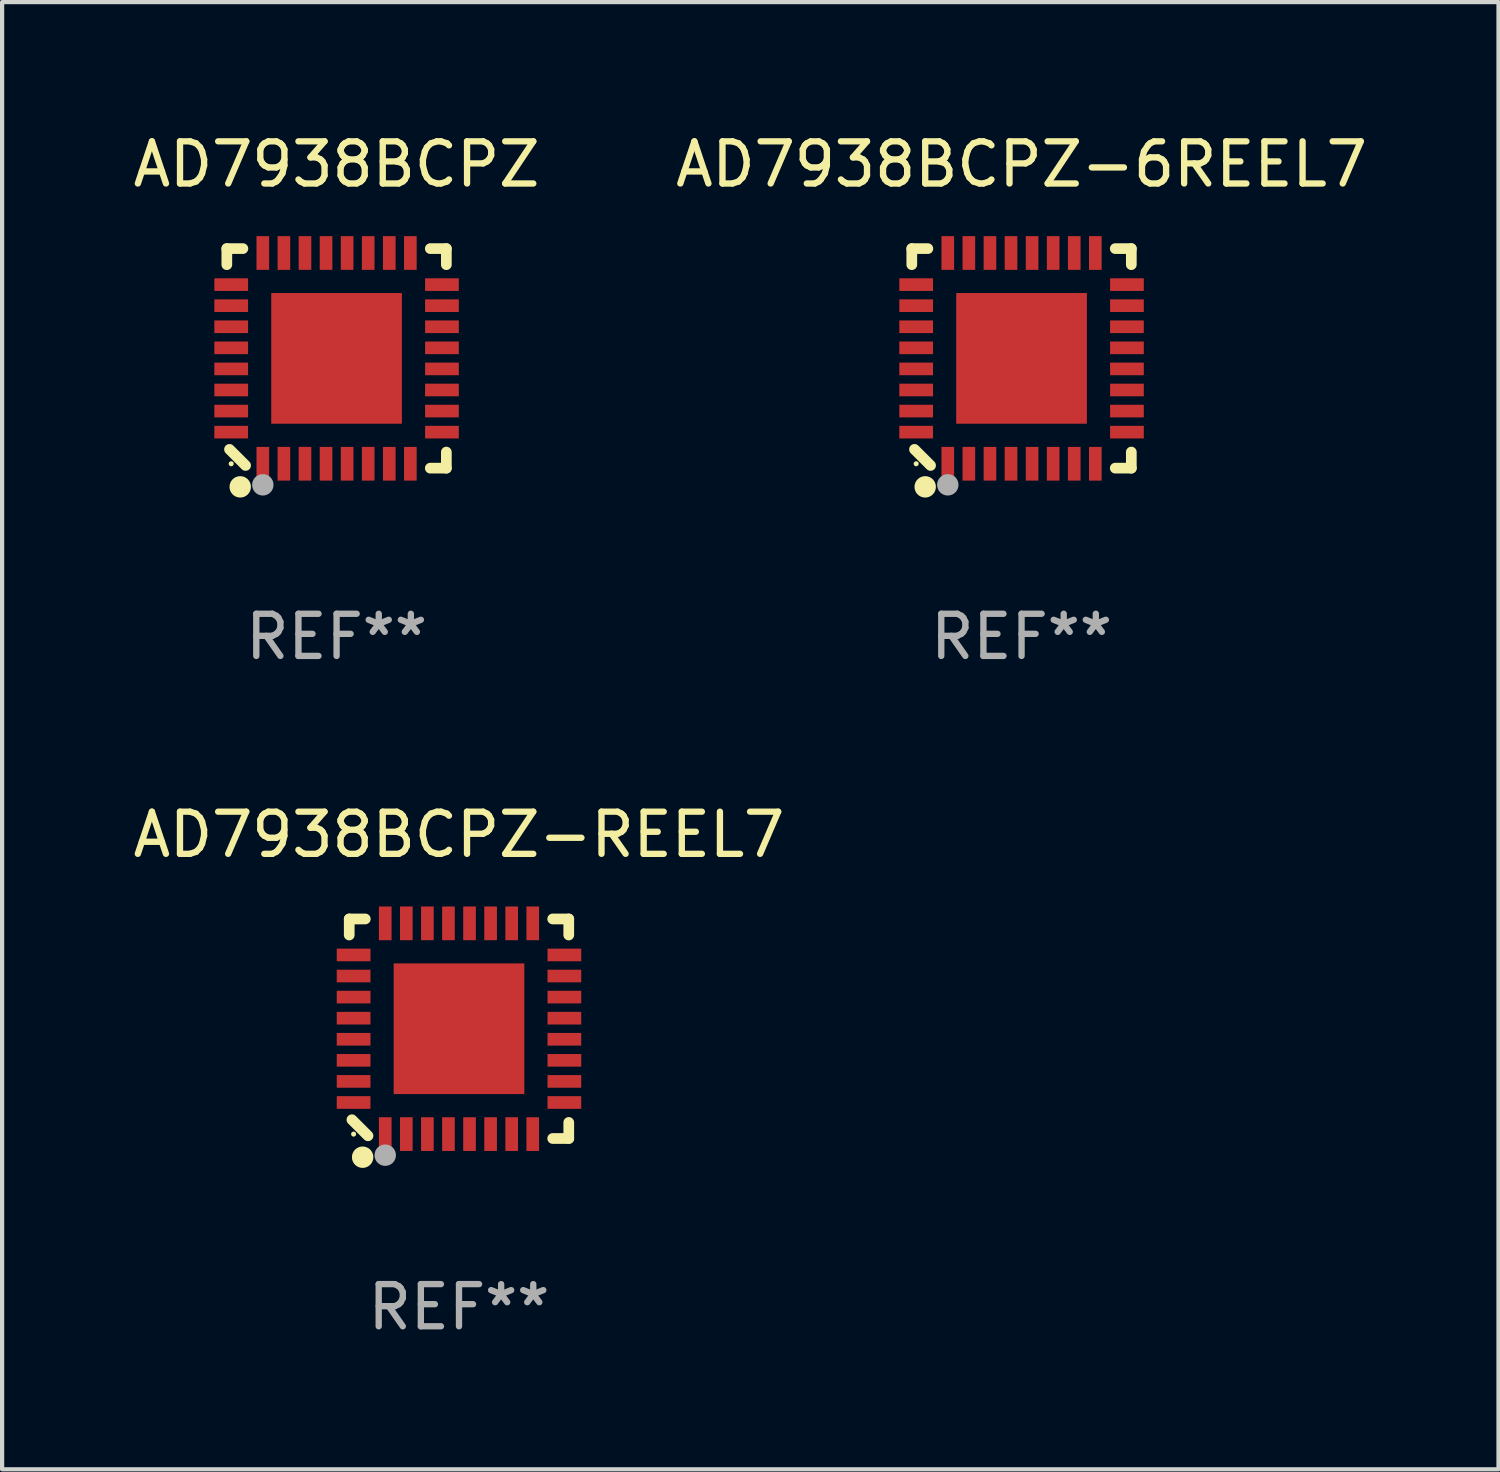
<source format=kicad_pcb>
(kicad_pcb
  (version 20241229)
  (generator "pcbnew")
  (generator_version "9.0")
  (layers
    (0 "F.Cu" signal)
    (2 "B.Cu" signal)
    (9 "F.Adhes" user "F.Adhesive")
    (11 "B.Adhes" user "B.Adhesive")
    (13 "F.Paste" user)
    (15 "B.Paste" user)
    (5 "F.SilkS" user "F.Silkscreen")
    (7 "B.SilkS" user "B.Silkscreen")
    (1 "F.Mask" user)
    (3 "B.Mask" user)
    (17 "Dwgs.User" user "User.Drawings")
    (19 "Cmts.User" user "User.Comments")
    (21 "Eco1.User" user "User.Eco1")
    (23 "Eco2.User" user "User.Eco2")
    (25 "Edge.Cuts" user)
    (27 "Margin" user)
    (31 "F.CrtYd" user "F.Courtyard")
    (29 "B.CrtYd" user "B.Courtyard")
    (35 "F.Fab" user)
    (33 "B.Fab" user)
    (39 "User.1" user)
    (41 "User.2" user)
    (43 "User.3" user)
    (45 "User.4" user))
  (footprint "AD7938BCPZ-REEL7"
    (layer "F.Cu")
    (at 7.839 21.355)
    (property "Reference" "AD7938BCPZ-REEL7" (at 0 -4.604 0) (layer "F.SilkS") (effects (font (size 1 1) (thickness 0.15))))
    (attr through_hole)
    (fp_line (start -2.604 -2.604) (end -2.604 -2.223) (stroke (width 0.254) (type solid)) (layer "F.SilkS"))
    (fp_line (start -2.54 2.159) (end -2.159 2.54) (stroke (width 0.254) (type solid)) (layer "F.SilkS"))
    (fp_line (start -2.223 -2.604) (end -2.604 -2.604) (stroke (width 0.254) (type solid)) (layer "F.SilkS"))
    (fp_line (start 2.223 2.604) (end 2.604 2.604) (stroke (width 0.254) (type solid)) (layer "F.SilkS"))
    (fp_line (start 2.604 -2.604) (end 2.223 -2.604) (stroke (width 0.254) (type solid)) (layer "F.SilkS"))
    (fp_line (start 2.604 -2.223) (end 2.604 -2.604) (stroke (width 0.254) (type solid)) (layer "F.SilkS"))
    (fp_line (start 2.604 2.604) (end 2.604 2.223) (stroke (width 0.254) (type solid)) (layer "F.SilkS"))
    (fp_circle (center -2.5 2.5) (end -2.47 2.5) (stroke (width 0.06) (type solid)) (fill no) (layer "F.SilkS"))
    (fp_circle (center -2.286 3.048) (end -2.159 3.048) (stroke (width 0.254) (type solid)) (fill no) (layer "F.SilkS"))
    (fp_circle (center -1.75 3) (end -1.623 3) (stroke (width 0.254) (type solid)) (fill no) (layer "F.Fab"))
    (fp_text user "REF**" (at 0 6.604 0) (layer "F.Fab") (effects (font (size 1 1) (thickness 0.15))))
    (pad "1" smd rect (at -1.75 2.5) (size 0.3 0.8) (layers "F.Cu" "F.Mask" "F.Paste"))
    (pad "2" smd rect (at -1.25 2.5) (size 0.3 0.8) (layers "F.Cu" "F.Mask" "F.Paste"))
    (pad "3" smd rect (at -0.75 2.5) (size 0.3 0.8) (layers "F.Cu" "F.Mask" "F.Paste"))
    (pad "4" smd rect (at -0.25 2.5) (size 0.3 0.8) (layers "F.Cu" "F.Mask" "F.Paste"))
    (pad "5" smd rect (at 0.25 2.5) (size 0.3 0.8) (layers "F.Cu" "F.Mask" "F.Paste"))
    (pad "6" smd rect (at 0.75 2.5) (size 0.3 0.8) (layers "F.Cu" "F.Mask" "F.Paste"))
    (pad "7" smd rect (at 1.25 2.5) (size 0.3 0.8) (layers "F.Cu" "F.Mask" "F.Paste"))
    (pad "8" smd rect (at 1.75 2.5) (size 0.3 0.8) (layers "F.Cu" "F.Mask" "F.Paste"))
    (pad "9" smd rect (at 2.5 1.75) (size 0.8 0.3) (layers "F.Cu" "F.Mask" "F.Paste"))
    (pad "10" smd rect (at 2.5 1.25) (size 0.8 0.3) (layers "F.Cu" "F.Mask" "F.Paste"))
    (pad "11" smd rect (at 2.5 0.75) (size 0.8 0.3) (layers "F.Cu" "F.Mask" "F.Paste"))
    (pad "12" smd rect (at 2.5 0.25) (size 0.8 0.3) (layers "F.Cu" "F.Mask" "F.Paste"))
    (pad "13" smd rect (at 2.5 -0.25) (size 0.8 0.3) (layers "F.Cu" "F.Mask" "F.Paste"))
    (pad "14" smd rect (at 2.5 -0.75) (size 0.8 0.3) (layers "F.Cu" "F.Mask" "F.Paste"))
    (pad "15" smd rect (at 2.5 -1.25) (size 0.8 0.3) (layers "F.Cu" "F.Mask" "F.Paste"))
    (pad "16" smd rect (at 2.5 -1.75) (size 0.8 0.3) (layers "F.Cu" "F.Mask" "F.Paste"))
    (pad "17" smd rect (at 1.75 -2.5) (size 0.3 0.8) (layers "F.Cu" "F.Mask" "F.Paste"))
    (pad "18" smd rect (at 1.25 -2.5) (size 0.3 0.8) (layers "F.Cu" "F.Mask" "F.Paste"))
    (pad "19" smd rect (at 0.75 -2.5) (size 0.3 0.8) (layers "F.Cu" "F.Mask" "F.Paste"))
    (pad "20" smd rect (at 0.25 -2.5) (size 0.3 0.8) (layers "F.Cu" "F.Mask" "F.Paste"))
    (pad "21" smd rect (at -0.25 -2.5) (size 0.3 0.8) (layers "F.Cu" "F.Mask" "F.Paste"))
    (pad "22" smd rect (at -0.75 -2.5) (size 0.3 0.8) (layers "F.Cu" "F.Mask" "F.Paste"))
    (pad "23" smd rect (at -1.25 -2.5) (size 0.3 0.8) (layers "F.Cu" "F.Mask" "F.Paste"))
    (pad "24" smd rect (at -1.75 -2.5) (size 0.3 0.8) (layers "F.Cu" "F.Mask" "F.Paste"))
    (pad "25" smd rect (at -2.5 -1.75) (size 0.8 0.3) (layers "F.Cu" "F.Mask" "F.Paste"))
    (pad "26" smd rect (at -2.5 -1.25) (size 0.8 0.3) (layers "F.Cu" "F.Mask" "F.Paste"))
    (pad "27" smd rect (at -2.5 -0.75) (size 0.8 0.3) (layers "F.Cu" "F.Mask" "F.Paste"))
    (pad "28" smd rect (at -2.5 -0.25) (size 0.8 0.3) (layers "F.Cu" "F.Mask" "F.Paste"))
    (pad "29" smd rect (at -2.5 0.25) (size 0.8 0.3) (layers "F.Cu" "F.Mask" "F.Paste"))
    (pad "30" smd rect (at -2.5 0.75) (size 0.8 0.3) (layers "F.Cu" "F.Mask" "F.Paste"))
    (pad "31" smd rect (at -2.5 1.25) (size 0.8 0.3) (layers "F.Cu" "F.Mask" "F.Paste"))
    (pad "32" smd rect (at -2.5 1.75) (size 0.8 0.3) (layers "F.Cu" "F.Mask" "F.Paste"))
    (pad "33" smd rect (at 0 -0.000025) (size 3.1 3.1) (layers "F.Cu" "F.Mask" "F.Paste")))
  (footprint "AD7938BCPZ-6REEL7"
    (layer "F.Cu")
    (at 21.185 5.452)
    (property "Reference" "AD7938BCPZ-6REEL7" (at 0 -4.604 0) (layer "F.SilkS") (effects (font (size 1 1) (thickness 0.15))))
    (attr through_hole)
    (fp_line (start -2.604 -2.604) (end -2.604 -2.223) (stroke (width 0.254) (type solid)) (layer "F.SilkS"))
    (fp_line (start -2.54 2.159) (end -2.159 2.54) (stroke (width 0.254) (type solid)) (layer "F.SilkS"))
    (fp_line (start -2.223 -2.604) (end -2.604 -2.604) (stroke (width 0.254) (type solid)) (layer "F.SilkS"))
    (fp_line (start 2.223 2.604) (end 2.604 2.604) (stroke (width 0.254) (type solid)) (layer "F.SilkS"))
    (fp_line (start 2.604 -2.604) (end 2.223 -2.604) (stroke (width 0.254) (type solid)) (layer "F.SilkS"))
    (fp_line (start 2.604 -2.223) (end 2.604 -2.604) (stroke (width 0.254) (type solid)) (layer "F.SilkS"))
    (fp_line (start 2.604 2.604) (end 2.604 2.223) (stroke (width 0.254) (type solid)) (layer "F.SilkS"))
    (fp_circle (center -2.5 2.5) (end -2.47 2.5) (stroke (width 0.06) (type solid)) (fill no) (layer "F.SilkS"))
    (fp_circle (center -2.286 3.048) (end -2.159 3.048) (stroke (width 0.254) (type solid)) (fill no) (layer "F.SilkS"))
    (fp_circle (center -1.75 3) (end -1.623 3) (stroke (width 0.254) (type solid)) (fill no) (layer "F.Fab"))
    (fp_text user "REF**" (at 0 6.604 0) (layer "F.Fab") (effects (font (size 1 1) (thickness 0.15))))
    (pad "1" smd rect (at -1.75 2.5) (size 0.3 0.8) (layers "F.Cu" "F.Mask" "F.Paste"))
    (pad "2" smd rect (at -1.25 2.5) (size 0.3 0.8) (layers "F.Cu" "F.Mask" "F.Paste"))
    (pad "3" smd rect (at -0.75 2.5) (size 0.3 0.8) (layers "F.Cu" "F.Mask" "F.Paste"))
    (pad "4" smd rect (at -0.25 2.5) (size 0.3 0.8) (layers "F.Cu" "F.Mask" "F.Paste"))
    (pad "5" smd rect (at 0.25 2.5) (size 0.3 0.8) (layers "F.Cu" "F.Mask" "F.Paste"))
    (pad "6" smd rect (at 0.75 2.5) (size 0.3 0.8) (layers "F.Cu" "F.Mask" "F.Paste"))
    (pad "7" smd rect (at 1.25 2.5) (size 0.3 0.8) (layers "F.Cu" "F.Mask" "F.Paste"))
    (pad "8" smd rect (at 1.75 2.5) (size 0.3 0.8) (layers "F.Cu" "F.Mask" "F.Paste"))
    (pad "9" smd rect (at 2.5 1.75) (size 0.8 0.3) (layers "F.Cu" "F.Mask" "F.Paste"))
    (pad "10" smd rect (at 2.5 1.25) (size 0.8 0.3) (layers "F.Cu" "F.Mask" "F.Paste"))
    (pad "11" smd rect (at 2.5 0.75) (size 0.8 0.3) (layers "F.Cu" "F.Mask" "F.Paste"))
    (pad "12" smd rect (at 2.5 0.25) (size 0.8 0.3) (layers "F.Cu" "F.Mask" "F.Paste"))
    (pad "13" smd rect (at 2.5 -0.25) (size 0.8 0.3) (layers "F.Cu" "F.Mask" "F.Paste"))
    (pad "14" smd rect (at 2.5 -0.75) (size 0.8 0.3) (layers "F.Cu" "F.Mask" "F.Paste"))
    (pad "15" smd rect (at 2.5 -1.25) (size 0.8 0.3) (layers "F.Cu" "F.Mask" "F.Paste"))
    (pad "16" smd rect (at 2.5 -1.75) (size 0.8 0.3) (layers "F.Cu" "F.Mask" "F.Paste"))
    (pad "17" smd rect (at 1.75 -2.5) (size 0.3 0.8) (layers "F.Cu" "F.Mask" "F.Paste"))
    (pad "18" smd rect (at 1.25 -2.5) (size 0.3 0.8) (layers "F.Cu" "F.Mask" "F.Paste"))
    (pad "19" smd rect (at 0.75 -2.5) (size 0.3 0.8) (layers "F.Cu" "F.Mask" "F.Paste"))
    (pad "20" smd rect (at 0.25 -2.5) (size 0.3 0.8) (layers "F.Cu" "F.Mask" "F.Paste"))
    (pad "21" smd rect (at -0.25 -2.5) (size 0.3 0.8) (layers "F.Cu" "F.Mask" "F.Paste"))
    (pad "22" smd rect (at -0.75 -2.5) (size 0.3 0.8) (layers "F.Cu" "F.Mask" "F.Paste"))
    (pad "23" smd rect (at -1.25 -2.5) (size 0.3 0.8) (layers "F.Cu" "F.Mask" "F.Paste"))
    (pad "24" smd rect (at -1.75 -2.5) (size 0.3 0.8) (layers "F.Cu" "F.Mask" "F.Paste"))
    (pad "25" smd rect (at -2.5 -1.75) (size 0.8 0.3) (layers "F.Cu" "F.Mask" "F.Paste"))
    (pad "26" smd rect (at -2.5 -1.25) (size 0.8 0.3) (layers "F.Cu" "F.Mask" "F.Paste"))
    (pad "27" smd rect (at -2.5 -0.75) (size 0.8 0.3) (layers "F.Cu" "F.Mask" "F.Paste"))
    (pad "28" smd rect (at -2.5 -0.25) (size 0.8 0.3) (layers "F.Cu" "F.Mask" "F.Paste"))
    (pad "29" smd rect (at -2.5 0.25) (size 0.8 0.3) (layers "F.Cu" "F.Mask" "F.Paste"))
    (pad "30" smd rect (at -2.5 0.75) (size 0.8 0.3) (layers "F.Cu" "F.Mask" "F.Paste"))
    (pad "31" smd rect (at -2.5 1.25) (size 0.8 0.3) (layers "F.Cu" "F.Mask" "F.Paste"))
    (pad "32" smd rect (at -2.5 1.75) (size 0.8 0.3) (layers "F.Cu" "F.Mask" "F.Paste"))
    (pad "33" smd rect (at 0 -0.000025) (size 3.1 3.1) (layers "F.Cu" "F.Mask" "F.Paste")))
  (footprint "AD7938BCPZ"
    (layer "F.Cu")
    (at 4.935 5.452)
    (property "Reference" "AD7938BCPZ" (at 0 -4.604 0) (layer "F.SilkS") (effects (font (size 1 1) (thickness 0.15))))
    (attr through_hole)
    (fp_line (start -2.604 -2.604) (end -2.604 -2.223) (stroke (width 0.254) (type solid)) (layer "F.SilkS"))
    (fp_line (start -2.54 2.159) (end -2.159 2.54) (stroke (width 0.254) (type solid)) (layer "F.SilkS"))
    (fp_line (start -2.223 -2.604) (end -2.604 -2.604) (stroke (width 0.254) (type solid)) (layer "F.SilkS"))
    (fp_line (start 2.223 2.604) (end 2.604 2.604) (stroke (width 0.254) (type solid)) (layer "F.SilkS"))
    (fp_line (start 2.604 -2.604) (end 2.223 -2.604) (stroke (width 0.254) (type solid)) (layer "F.SilkS"))
    (fp_line (start 2.604 -2.223) (end 2.604 -2.604) (stroke (width 0.254) (type solid)) (layer "F.SilkS"))
    (fp_line (start 2.604 2.604) (end 2.604 2.223) (stroke (width 0.254) (type solid)) (layer "F.SilkS"))
    (fp_circle (center -2.5 2.5) (end -2.47 2.5) (stroke (width 0.06) (type solid)) (fill no) (layer "F.SilkS"))
    (fp_circle (center -2.286 3.048) (end -2.159 3.048) (stroke (width 0.254) (type solid)) (fill no) (layer "F.SilkS"))
    (fp_circle (center -1.75 3) (end -1.623 3) (stroke (width 0.254) (type solid)) (fill no) (layer "F.Fab"))
    (fp_text user "REF**" (at 0 6.604 0) (layer "F.Fab") (effects (font (size 1 1) (thickness 0.15))))
    (pad "1" smd rect (at -1.75 2.5) (size 0.3 0.8) (layers "F.Cu" "F.Mask" "F.Paste"))
    (pad "2" smd rect (at -1.25 2.5) (size 0.3 0.8) (layers "F.Cu" "F.Mask" "F.Paste"))
    (pad "3" smd rect (at -0.75 2.5) (size 0.3 0.8) (layers "F.Cu" "F.Mask" "F.Paste"))
    (pad "4" smd rect (at -0.25 2.5) (size 0.3 0.8) (layers "F.Cu" "F.Mask" "F.Paste"))
    (pad "5" smd rect (at 0.25 2.5) (size 0.3 0.8) (layers "F.Cu" "F.Mask" "F.Paste"))
    (pad "6" smd rect (at 0.75 2.5) (size 0.3 0.8) (layers "F.Cu" "F.Mask" "F.Paste"))
    (pad "7" smd rect (at 1.25 2.5) (size 0.3 0.8) (layers "F.Cu" "F.Mask" "F.Paste"))
    (pad "8" smd rect (at 1.75 2.5) (size 0.3 0.8) (layers "F.Cu" "F.Mask" "F.Paste"))
    (pad "9" smd rect (at 2.5 1.75) (size 0.8 0.3) (layers "F.Cu" "F.Mask" "F.Paste"))
    (pad "10" smd rect (at 2.5 1.25) (size 0.8 0.3) (layers "F.Cu" "F.Mask" "F.Paste"))
    (pad "11" smd rect (at 2.5 0.75) (size 0.8 0.3) (layers "F.Cu" "F.Mask" "F.Paste"))
    (pad "12" smd rect (at 2.5 0.25) (size 0.8 0.3) (layers "F.Cu" "F.Mask" "F.Paste"))
    (pad "13" smd rect (at 2.5 -0.25) (size 0.8 0.3) (layers "F.Cu" "F.Mask" "F.Paste"))
    (pad "14" smd rect (at 2.5 -0.75) (size 0.8 0.3) (layers "F.Cu" "F.Mask" "F.Paste"))
    (pad "15" smd rect (at 2.5 -1.25) (size 0.8 0.3) (layers "F.Cu" "F.Mask" "F.Paste"))
    (pad "16" smd rect (at 2.5 -1.75) (size 0.8 0.3) (layers "F.Cu" "F.Mask" "F.Paste"))
    (pad "17" smd rect (at 1.75 -2.5) (size 0.3 0.8) (layers "F.Cu" "F.Mask" "F.Paste"))
    (pad "18" smd rect (at 1.25 -2.5) (size 0.3 0.8) (layers "F.Cu" "F.Mask" "F.Paste"))
    (pad "19" smd rect (at 0.75 -2.5) (size 0.3 0.8) (layers "F.Cu" "F.Mask" "F.Paste"))
    (pad "20" smd rect (at 0.25 -2.5) (size 0.3 0.8) (layers "F.Cu" "F.Mask" "F.Paste"))
    (pad "21" smd rect (at -0.25 -2.5) (size 0.3 0.8) (layers "F.Cu" "F.Mask" "F.Paste"))
    (pad "22" smd rect (at -0.75 -2.5) (size 0.3 0.8) (layers "F.Cu" "F.Mask" "F.Paste"))
    (pad "23" smd rect (at -1.25 -2.5) (size 0.3 0.8) (layers "F.Cu" "F.Mask" "F.Paste"))
    (pad "24" smd rect (at -1.75 -2.5) (size 0.3 0.8) (layers "F.Cu" "F.Mask" "F.Paste"))
    (pad "25" smd rect (at -2.5 -1.75) (size 0.8 0.3) (layers "F.Cu" "F.Mask" "F.Paste"))
    (pad "26" smd rect (at -2.5 -1.25) (size 0.8 0.3) (layers "F.Cu" "F.Mask" "F.Paste"))
    (pad "27" smd rect (at -2.5 -0.75) (size 0.8 0.3) (layers "F.Cu" "F.Mask" "F.Paste"))
    (pad "28" smd rect (at -2.5 -0.25) (size 0.8 0.3) (layers "F.Cu" "F.Mask" "F.Paste"))
    (pad "29" smd rect (at -2.5 0.25) (size 0.8 0.3) (layers "F.Cu" "F.Mask" "F.Paste"))
    (pad "30" smd rect (at -2.5 0.75) (size 0.8 0.3) (layers "F.Cu" "F.Mask" "F.Paste"))
    (pad "31" smd rect (at -2.5 1.25) (size 0.8 0.3) (layers "F.Cu" "F.Mask" "F.Paste"))
    (pad "32" smd rect (at -2.5 1.75) (size 0.8 0.3) (layers "F.Cu" "F.Mask" "F.Paste"))
    (pad "33" smd rect (at 0 -0.000025) (size 3.1 3.1) (layers "F.Cu" "F.Mask" "F.Paste")))
  (gr_rect
    (start -3 -3)
    (end 32.5 31.807)
    (stroke (width 0.1) (type default))
    (fill no)
    (layer "Edge.Cuts")))
</source>
